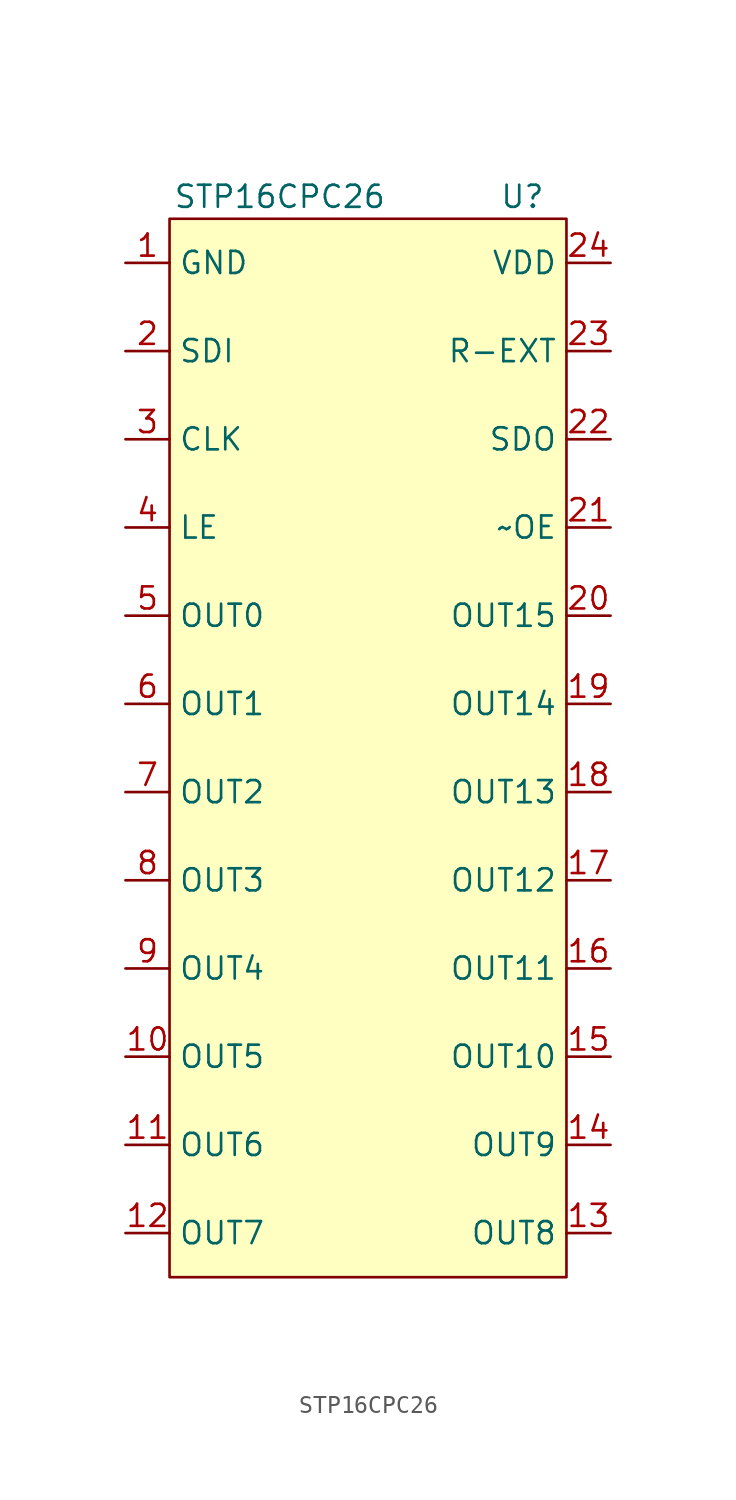
<source format=kicad_sym>
(kicad_symbol_lib
  (version 20210619)
  (generator kicad_symbol_editor)
  (symbol "SO-24_Breakout:STP16CPC26"
    (property "Reference" "U"
      (at 8.89 31.75 0)
      (effects (font (size 1.27 1.27))))
    (property "Value" "STP16CPC26"
      (at -5.08 31.75 0)
      (effects (font (size 1.27 1.27))))
    (symbol "STP16CPC26_0_1"
      (rectangle (start -11.43 30.48) (end 11.43 -30.48) (stroke (width 0.152)) (fill (type background))))
    (symbol "STP16CPC26_1_1"
      (pin power_in line (at -13.97 27.94 0) (length 2.54) (name "GND" (effects (font (size 1.27 1.27)))) (number "1" (effects (font (size 1.27 1.27)))))
      (pin output line (at -13.97 -17.78 0) (length 2.54) (name "OUT5" (effects (font (size 1.27 1.27)))) (number "10" (effects (font (size 1.27 1.27)))))
      (pin output line (at -13.97 -22.86 0) (length 2.54) (name "OUT6" (effects (font (size 1.27 1.27)))) (number "11" (effects (font (size 1.27 1.27)))))
      (pin output line (at -13.97 -27.94 0) (length 2.54) (name "OUT7" (effects (font (size 1.27 1.27)))) (number "12" (effects (font (size 1.27 1.27)))))
      (pin output line (at 13.97 -27.94 180) (length 2.54) (name "OUT8" (effects (font (size 1.27 1.27)))) (number "13" (effects (font (size 1.27 1.27)))))
      (pin output line (at 13.97 -22.86 180) (length 2.54) (name "OUT9" (effects (font (size 1.27 1.27)))) (number "14" (effects (font (size 1.27 1.27)))))
      (pin output line (at 13.97 -17.78 180) (length 2.54) (name "OUT10" (effects (font (size 1.27 1.27)))) (number "15" (effects (font (size 1.27 1.27)))))
      (pin output line (at 13.97 -12.7 180) (length 2.54) (name "OUT11" (effects (font (size 1.27 1.27)))) (number "16" (effects (font (size 1.27 1.27)))))
      (pin output line (at 13.97 -7.62 180) (length 2.54) (name "OUT12" (effects (font (size 1.27 1.27)))) (number "17" (effects (font (size 1.27 1.27)))))
      (pin output line (at 13.97 -2.54 180) (length 2.54) (name "OUT13" (effects (font (size 1.27 1.27)))) (number "18" (effects (font (size 1.27 1.27)))))
      (pin output line (at 13.97 2.54 180) (length 2.54) (name "OUT14" (effects (font (size 1.27 1.27)))) (number "19" (effects (font (size 1.27 1.27)))))
      (pin input line (at -13.97 22.86 0) (length 2.54) (name "SDI" (effects (font (size 1.27 1.27)))) (number "2" (effects (font (size 1.27 1.27)))))
      (pin output line (at 13.97 7.62 180) (length 2.54) (name "OUT15" (effects (font (size 1.27 1.27)))) (number "20" (effects (font (size 1.27 1.27)))))
      (pin input line (at 13.97 12.7 180) (length 2.54) (name "~OE" (effects (font (size 1.27 1.27)))) (number "21" (effects (font (size 1.27 1.27)))))
      (pin input line (at 13.97 17.78 180) (length 2.54) (name "SDO" (effects (font (size 1.27 1.27)))) (number "22" (effects (font (size 1.27 1.27)))))
      (pin input line (at 13.97 22.86 180) (length 2.54) (name "R-EXT" (effects (font (size 1.27 1.27)))) (number "23" (effects (font (size 1.27 1.27)))))
      (pin power_in line (at 13.97 27.94 180) (length 2.54) (name "VDD" (effects (font (size 1.27 1.27)))) (number "24" (effects (font (size 1.27 1.27)))))
      (pin input line (at -13.97 17.78 0) (length 2.54) (name "CLK" (effects (font (size 1.27 1.27)))) (number "3" (effects (font (size 1.27 1.27)))))
      (pin input line (at -13.97 12.7 0) (length 2.54) (name "LE" (effects (font (size 1.27 1.27)))) (number "4" (effects (font (size 1.27 1.27)))))
      (pin output line (at -13.97 7.62 0) (length 2.54) (name "OUT0" (effects (font (size 1.27 1.27)))) (number "5" (effects (font (size 1.27 1.27)))))
      (pin output line (at -13.97 2.54 0) (length 2.54) (name "OUT1" (effects (font (size 1.27 1.27)))) (number "6" (effects (font (size 1.27 1.27)))))
      (pin output line (at -13.97 -2.54 0) (length 2.54) (name "OUT2" (effects (font (size 1.27 1.27)))) (number "7" (effects (font (size 1.27 1.27)))))
      (pin output line (at -13.97 -7.62 0) (length 2.54) (name "OUT3" (effects (font (size 1.27 1.27)))) (number "8" (effects (font (size 1.27 1.27)))))
      (pin output line (at -13.97 -12.7 0) (length 2.54) (name "OUT4" (effects (font (size 1.27 1.27)))) (number "9" (effects (font (size 1.27 1.27))))))))
</source>
